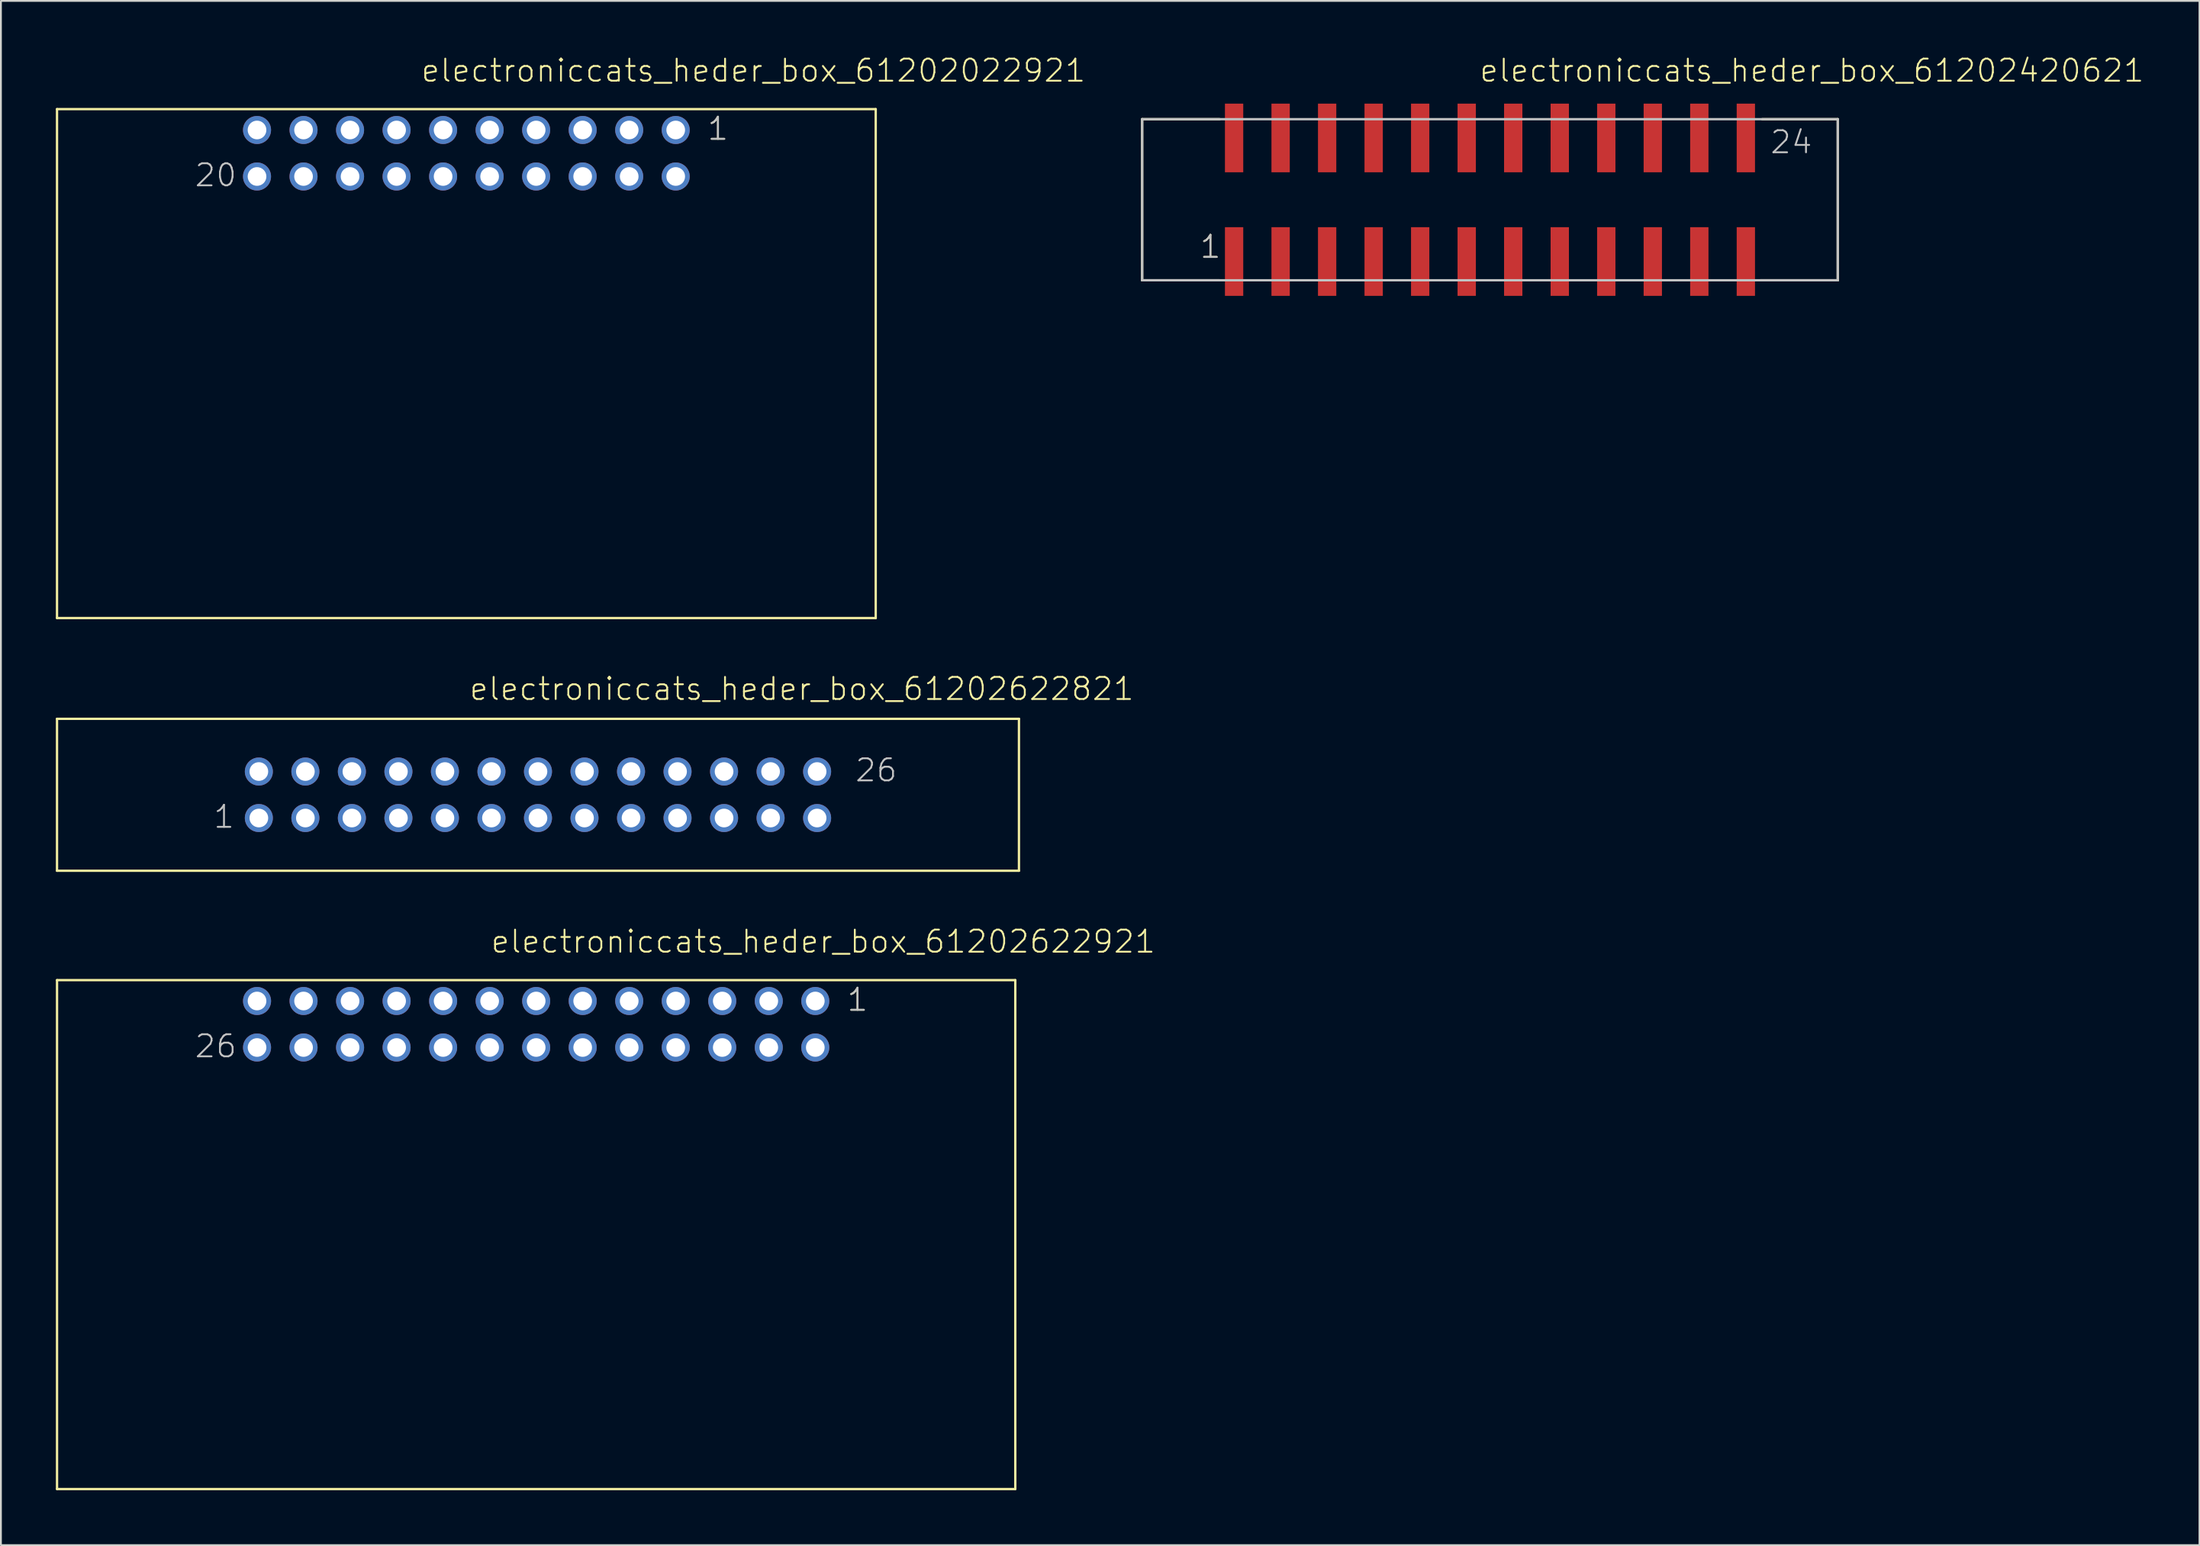
<source format=kicad_pcb>
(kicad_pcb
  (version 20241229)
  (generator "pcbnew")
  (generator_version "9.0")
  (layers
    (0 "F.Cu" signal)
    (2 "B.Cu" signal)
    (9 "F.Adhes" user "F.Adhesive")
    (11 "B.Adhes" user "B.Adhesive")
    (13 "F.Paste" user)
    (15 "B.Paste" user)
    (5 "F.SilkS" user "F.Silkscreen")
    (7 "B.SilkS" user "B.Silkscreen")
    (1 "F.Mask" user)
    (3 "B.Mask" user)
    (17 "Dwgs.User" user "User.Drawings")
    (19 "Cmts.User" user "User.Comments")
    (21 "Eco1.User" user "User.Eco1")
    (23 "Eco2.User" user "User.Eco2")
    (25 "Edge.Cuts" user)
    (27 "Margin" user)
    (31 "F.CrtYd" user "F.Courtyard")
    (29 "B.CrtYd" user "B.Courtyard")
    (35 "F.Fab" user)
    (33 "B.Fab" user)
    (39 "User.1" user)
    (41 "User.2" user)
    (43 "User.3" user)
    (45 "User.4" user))
  (footprint "electroniccats_heder_box_61202022921"
    (layer "F.Cu")
    (at 22.413 5.321)
    (property "Reference" "electroniccats_heder_box_61202022921" (at -2.54 -3.81 0) (layer "F.SilkS") (effects (font (size 1.206 1.206) (thickness 0.102)) (justify left bottom)))
    (attr through_hole)
    (fp_line (start -22.35 -2.41) (end -22.35 25.39) (stroke (width 0.127) (type solid)) (layer "F.SilkS"))
    (fp_line (start -22.35 -2.41) (end 22.35 -2.41) (stroke (width 0.127) (type solid)) (layer "F.SilkS"))
    (fp_line (start -22.35 25.39) (end 22.35 25.39) (stroke (width 0.127) (type solid)) (layer "F.SilkS"))
    (fp_line (start 22.35 -2.41) (end 22.35 25.39) (stroke (width 0.127) (type solid)) (layer "F.SilkS"))
    (fp_text user "1" (at 13.095 -0.635 0) (layer "F.SilkS") (effects (font (size 1.206 1.206) (thickness 0.102)) (justify left bottom)))
    (fp_text user "20" (at -14.9 1.905 0) (layer "Dwgs.User") (effects (font (size 1.206 1.206) (thickness 0.102)) (justify left bottom)))
    (fp_text user "1" (at 13.095 -0.635 0) (layer "Dwgs.User") (effects (font (size 1.206 1.206) (thickness 0.102)) (justify left bottom)))
    (pad "1" thru_hole circle (at 11.43 -1.27) (size 1.53 1.53) (drill 1.02) (layers "*.Cu" "*.Mask"))
    (pad "2" thru_hole circle (at 11.43 1.27) (size 1.53 1.53) (drill 1.02) (layers "*.Cu" "*.Mask"))
    (pad "3" thru_hole circle (at 8.89 -1.27) (size 1.53 1.53) (drill 1.02) (layers "*.Cu" "*.Mask"))
    (pad "4" thru_hole circle (at 8.89 1.27) (size 1.53 1.53) (drill 1.02) (layers "*.Cu" "*.Mask"))
    (pad "5" thru_hole circle (at 6.35 -1.27) (size 1.53 1.53) (drill 1.02) (layers "*.Cu" "*.Mask"))
    (pad "6" thru_hole circle (at 6.35 1.27) (size 1.53 1.53) (drill 1.02) (layers "*.Cu" "*.Mask"))
    (pad "7" thru_hole circle (at 3.81 -1.27) (size 1.53 1.53) (drill 1.02) (layers "*.Cu" "*.Mask"))
    (pad "8" thru_hole circle (at 3.81 1.27) (size 1.53 1.53) (drill 1.02) (layers "*.Cu" "*.Mask"))
    (pad "9" thru_hole circle (at 1.27 -1.27) (size 1.53 1.53) (drill 1.02) (layers "*.Cu" "*.Mask"))
    (pad "10" thru_hole circle (at 1.27 1.27) (size 1.53 1.53) (drill 1.02) (layers "*.Cu" "*.Mask"))
    (pad "11" thru_hole circle (at -1.27 -1.27) (size 1.53 1.53) (drill 1.02) (layers "*.Cu" "*.Mask"))
    (pad "12" thru_hole circle (at -1.27 1.27) (size 1.53 1.53) (drill 1.02) (layers "*.Cu" "*.Mask"))
    (pad "13" thru_hole circle (at -3.81 -1.27) (size 1.53 1.53) (drill 1.02) (layers "*.Cu" "*.Mask"))
    (pad "14" thru_hole circle (at -3.81 1.27) (size 1.53 1.53) (drill 1.02) (layers "*.Cu" "*.Mask"))
    (pad "15" thru_hole circle (at -6.35 -1.27) (size 1.53 1.53) (drill 1.02) (layers "*.Cu" "*.Mask"))
    (pad "16" thru_hole circle (at -6.35 1.27) (size 1.53 1.53) (drill 1.02) (layers "*.Cu" "*.Mask"))
    (pad "17" thru_hole circle (at -8.89 -1.27) (size 1.53 1.53) (drill 1.02) (layers "*.Cu" "*.Mask"))
    (pad "18" thru_hole circle (at -8.89 1.27) (size 1.53 1.53) (drill 1.02) (layers "*.Cu" "*.Mask"))
    (pad "19" thru_hole circle (at -11.43 -1.27) (size 1.53 1.53) (drill 1.02) (layers "*.Cu" "*.Mask"))
    (pad "20" thru_hole circle (at -11.43 1.27) (size 1.53 1.53) (drill 1.02) (layers "*.Cu" "*.Mask")))
  (footprint "electroniccats_heder_box_61202622921"
    (layer "F.Cu")
    (at 26.224 52.901)
    (property "Reference" "electroniccats_heder_box_61202622921" (at -2.54 -3.81 0) (layer "F.SilkS") (effects (font (size 1.206 1.206) (thickness 0.102)) (justify left bottom)))
    (attr through_hole)
    (fp_line (start -26.16 -2.41) (end -26.16 25.39) (stroke (width 0.127) (type solid)) (layer "F.SilkS"))
    (fp_line (start -26.16 -2.41) (end 26.16 -2.41) (stroke (width 0.127) (type solid)) (layer "F.SilkS"))
    (fp_line (start -26.16 25.39) (end 26.16 25.39) (stroke (width 0.127) (type solid)) (layer "F.SilkS"))
    (fp_line (start 26.16 -2.41) (end 26.16 25.39) (stroke (width 0.127) (type solid)) (layer "F.SilkS"))
    (fp_text user "1" (at 16.905 -0.635 0) (layer "F.SilkS") (effects (font (size 1.206 1.206) (thickness 0.102)) (justify left bottom)))
    (fp_text user "26" (at -18.71 1.905 0) (layer "Dwgs.User") (effects (font (size 1.206 1.206) (thickness 0.102)) (justify left bottom)))
    (fp_text user "1" (at 16.905 -0.635 0) (layer "Dwgs.User") (effects (font (size 1.206 1.206) (thickness 0.102)) (justify left bottom)))
    (pad "1" thru_hole circle (at 15.24 -1.27) (size 1.53 1.53) (drill 1.02) (layers "*.Cu" "*.Mask"))
    (pad "2" thru_hole circle (at 15.24 1.27) (size 1.53 1.53) (drill 1.02) (layers "*.Cu" "*.Mask"))
    (pad "3" thru_hole circle (at 12.7 -1.27) (size 1.53 1.53) (drill 1.02) (layers "*.Cu" "*.Mask"))
    (pad "4" thru_hole circle (at 12.7 1.27) (size 1.53 1.53) (drill 1.02) (layers "*.Cu" "*.Mask"))
    (pad "5" thru_hole circle (at 10.16 -1.27) (size 1.53 1.53) (drill 1.02) (layers "*.Cu" "*.Mask"))
    (pad "6" thru_hole circle (at 10.16 1.27) (size 1.53 1.53) (drill 1.02) (layers "*.Cu" "*.Mask"))
    (pad "7" thru_hole circle (at 7.62 -1.27) (size 1.53 1.53) (drill 1.02) (layers "*.Cu" "*.Mask"))
    (pad "8" thru_hole circle (at 7.62 1.27) (size 1.53 1.53) (drill 1.02) (layers "*.Cu" "*.Mask"))
    (pad "9" thru_hole circle (at 5.08 -1.27) (size 1.53 1.53) (drill 1.02) (layers "*.Cu" "*.Mask"))
    (pad "10" thru_hole circle (at 5.08 1.27) (size 1.53 1.53) (drill 1.02) (layers "*.Cu" "*.Mask"))
    (pad "11" thru_hole circle (at 2.54 -1.27) (size 1.53 1.53) (drill 1.02) (layers "*.Cu" "*.Mask"))
    (pad "12" thru_hole circle (at 2.54 1.27) (size 1.53 1.53) (drill 1.02) (layers "*.Cu" "*.Mask"))
    (pad "13" thru_hole circle (at 0 -1.27) (size 1.53 1.53) (drill 1.02) (layers "*.Cu" "*.Mask"))
    (pad "14" thru_hole circle (at 0 1.27) (size 1.53 1.53) (drill 1.02) (layers "*.Cu" "*.Mask"))
    (pad "15" thru_hole circle (at -2.54 -1.27) (size 1.53 1.53) (drill 1.02) (layers "*.Cu" "*.Mask"))
    (pad "16" thru_hole circle (at -2.54 1.27) (size 1.53 1.53) (drill 1.02) (layers "*.Cu" "*.Mask"))
    (pad "17" thru_hole circle (at -5.08 -1.27) (size 1.53 1.53) (drill 1.02) (layers "*.Cu" "*.Mask"))
    (pad "18" thru_hole circle (at -5.08 1.27) (size 1.53 1.53) (drill 1.02) (layers "*.Cu" "*.Mask"))
    (pad "19" thru_hole circle (at -7.62 -1.27) (size 1.53 1.53) (drill 1.02) (layers "*.Cu" "*.Mask"))
    (pad "20" thru_hole circle (at -7.62 1.27) (size 1.53 1.53) (drill 1.02) (layers "*.Cu" "*.Mask"))
    (pad "21" thru_hole circle (at -10.16 -1.27) (size 1.53 1.53) (drill 1.02) (layers "*.Cu" "*.Mask"))
    (pad "22" thru_hole circle (at -10.16 1.27) (size 1.53 1.53) (drill 1.02) (layers "*.Cu" "*.Mask"))
    (pad "23" thru_hole circle (at -12.7 -1.27) (size 1.53 1.53) (drill 1.02) (layers "*.Cu" "*.Mask"))
    (pad "24" thru_hole circle (at -12.7 1.27) (size 1.53 1.53) (drill 1.02) (layers "*.Cu" "*.Mask"))
    (pad "25" thru_hole circle (at -15.24 -1.27) (size 1.53 1.53) (drill 1.02) (layers "*.Cu" "*.Mask"))
    (pad "26" thru_hole circle (at -15.24 1.27) (size 1.53 1.53) (drill 1.02) (layers "*.Cu" "*.Mask")))
  (footprint "electroniccats_heder_box_61202420621"
    (layer "F.Cu")
    (at 78.3 7.861)
    (property "Reference" "electroniccats_heder_box_61202420621" (at -0.635 -6.35 0) (layer "F.SilkS") (effects (font (size 1.206 1.206) (thickness 0.102)) (justify left bottom)))
    (attr through_hole)
    (fp_line (start -18.99 -4.4) (end -18.99 4.4) (stroke (width 0.127) (type solid)) (layer "F.SilkS"))
    (fp_line (start -18.99 4.4) (end -14.76 4.4) (stroke (width 0.127) (type solid)) (layer "F.SilkS"))
    (fp_line (start -14.76 -4.4) (end -18.99 -4.4) (stroke (width 0.127) (type solid)) (layer "F.SilkS"))
    (fp_line (start 14.86 -4.4) (end 18.99 -4.4) (stroke (width 0.127) (type solid)) (layer "F.SilkS"))
    (fp_line (start 18.99 -4.4) (end 18.99 4.4) (stroke (width 0.127) (type solid)) (layer "F.SilkS"))
    (fp_line (start 18.99 4.4) (end 14.76 4.4) (stroke (width 0.127) (type solid)) (layer "F.SilkS"))
    (fp_line (start -18.99 -4.4) (end -18.99 4.4) (stroke (width 0.127) (type solid)) (layer "Dwgs.User"))
    (fp_line (start -18.99 4.4) (end 18.99 4.4) (stroke (width 0.127) (type solid)) (layer "Dwgs.User"))
    (fp_line (start 18.99 -4.4) (end -18.99 -4.4) (stroke (width 0.127) (type solid)) (layer "Dwgs.User"))
    (fp_line (start 18.99 4.4) (end 18.99 -4.4) (stroke (width 0.127) (type solid)) (layer "Dwgs.User"))
    (fp_text user "1" (at -15.905 3.275 0) (layer "F.SilkS") (effects (font (size 1.206 1.206) (thickness 0.102)) (justify left bottom)))
    (fp_text user "1" (at -15.905 3.275 0) (layer "Dwgs.User") (effects (font (size 1.206 1.206) (thickness 0.102)) (justify left bottom)))
    (fp_text user "24" (at 15.235 -2.44 0) (layer "Dwgs.User") (effects (font (size 1.206 1.206) (thickness 0.102)) (justify left bottom)))
    (pad "1" smd rect (at -13.97 3.375 180) (size 1 3.75) (layers "F.Cu" "F.Mask" "F.Paste"))
    (pad "2" smd rect (at -13.97 -3.375 180) (size 1 3.75) (layers "F.Cu" "F.Mask" "F.Paste"))
    (pad "3" smd rect (at -11.43 3.375 180) (size 1 3.75) (layers "F.Cu" "F.Mask" "F.Paste"))
    (pad "4" smd rect (at -11.43 -3.375 180) (size 1 3.75) (layers "F.Cu" "F.Mask" "F.Paste"))
    (pad "5" smd rect (at -8.89 3.375 180) (size 1 3.75) (layers "F.Cu" "F.Mask" "F.Paste"))
    (pad "6" smd rect (at -8.89 -3.375 180) (size 1 3.75) (layers "F.Cu" "F.Mask" "F.Paste"))
    (pad "7" smd rect (at -6.35 3.375 180) (size 1 3.75) (layers "F.Cu" "F.Mask" "F.Paste"))
    (pad "8" smd rect (at -6.35 -3.375 180) (size 1 3.75) (layers "F.Cu" "F.Mask" "F.Paste"))
    (pad "9" smd rect (at -3.81 3.375 180) (size 1 3.75) (layers "F.Cu" "F.Mask" "F.Paste"))
    (pad "10" smd rect (at -3.81 -3.375 180) (size 1 3.75) (layers "F.Cu" "F.Mask" "F.Paste"))
    (pad "11" smd rect (at -1.27 3.375 180) (size 1 3.75) (layers "F.Cu" "F.Mask" "F.Paste"))
    (pad "12" smd rect (at -1.27 -3.375 180) (size 1 3.75) (layers "F.Cu" "F.Mask" "F.Paste"))
    (pad "13" smd rect (at 1.27 3.375 180) (size 1 3.75) (layers "F.Cu" "F.Mask" "F.Paste"))
    (pad "14" smd rect (at 1.27 -3.375 180) (size 1 3.75) (layers "F.Cu" "F.Mask" "F.Paste"))
    (pad "15" smd rect (at 3.81 3.375 180) (size 1 3.75) (layers "F.Cu" "F.Mask" "F.Paste"))
    (pad "16" smd rect (at 3.81 -3.375 180) (size 1 3.75) (layers "F.Cu" "F.Mask" "F.Paste"))
    (pad "17" smd rect (at 6.35 3.375 180) (size 1 3.75) (layers "F.Cu" "F.Mask" "F.Paste"))
    (pad "18" smd rect (at 6.35 -3.375 180) (size 1 3.75) (layers "F.Cu" "F.Mask" "F.Paste"))
    (pad "19" smd rect (at 8.89 3.375 180) (size 1 3.75) (layers "F.Cu" "F.Mask" "F.Paste"))
    (pad "20" smd rect (at 8.89 -3.375 180) (size 1 3.75) (layers "F.Cu" "F.Mask" "F.Paste"))
    (pad "21" smd rect (at 11.43 3.375 180) (size 1 3.75) (layers "F.Cu" "F.Mask" "F.Paste"))
    (pad "22" smd rect (at 11.43 -3.375 180) (size 1 3.75) (layers "F.Cu" "F.Mask" "F.Paste"))
    (pad "23" smd rect (at 13.97 3.375 180) (size 1 3.75) (layers "F.Cu" "F.Mask" "F.Paste"))
    (pad "24" smd rect (at 13.97 -3.375 180) (size 1 3.75) (layers "F.Cu" "F.Mask" "F.Paste")))
  (footprint "electroniccats_heder_box_61202622821"
    (layer "F.Cu")
    (at 26.323 40.366)
    (property "Reference" "electroniccats_heder_box_61202622821" (at -3.81 -5.08 0) (layer "F.SilkS") (effects (font (size 1.206 1.206) (thickness 0.102)) (justify left bottom)))
    (attr through_hole)
    (fp_line (start -26.26 -4.15) (end 26.26 -4.15) (stroke (width 0.127) (type solid)) (layer "F.SilkS"))
    (fp_line (start -26.26 4.15) (end -26.26 -4.15) (stroke (width 0.127) (type solid)) (layer "F.SilkS"))
    (fp_line (start 26.26 -4.15) (end 26.26 4.15) (stroke (width 0.127) (type solid)) (layer "F.SilkS"))
    (fp_line (start 26.26 4.15) (end -26.26 4.15) (stroke (width 0.127) (type solid)) (layer "F.SilkS"))
    (fp_text user "26" (at 17.25 -0.635 0) (layer "Dwgs.User") (effects (font (size 1.206 1.206) (thickness 0.102)) (justify left bottom)))
    (fp_text user "1" (at -17.785 1.905 0) (layer "Dwgs.User") (effects (font (size 1.206 1.206) (thickness 0.102)) (justify left bottom)))
    (pad "1" thru_hole circle (at -15.24 1.27 180) (size 1.53 1.53) (drill 1.02) (layers "*.Cu" "*.Mask"))
    (pad "2" thru_hole circle (at -15.24 -1.27 180) (size 1.53 1.53) (drill 1.02) (layers "*.Cu" "*.Mask"))
    (pad "3" thru_hole circle (at -12.7 1.27 180) (size 1.53 1.53) (drill 1.02) (layers "*.Cu" "*.Mask"))
    (pad "4" thru_hole circle (at -12.7 -1.27 180) (size 1.53 1.53) (drill 1.02) (layers "*.Cu" "*.Mask"))
    (pad "5" thru_hole circle (at -10.16 1.27 180) (size 1.53 1.53) (drill 1.02) (layers "*.Cu" "*.Mask"))
    (pad "6" thru_hole circle (at -10.16 -1.27 180) (size 1.53 1.53) (drill 1.02) (layers "*.Cu" "*.Mask"))
    (pad "7" thru_hole circle (at -7.62 1.27 180) (size 1.53 1.53) (drill 1.02) (layers "*.Cu" "*.Mask"))
    (pad "8" thru_hole circle (at -7.62 -1.27 180) (size 1.53 1.53) (drill 1.02) (layers "*.Cu" "*.Mask"))
    (pad "9" thru_hole circle (at -5.08 1.27 180) (size 1.53 1.53) (drill 1.02) (layers "*.Cu" "*.Mask"))
    (pad "10" thru_hole circle (at -5.08 -1.27 180) (size 1.53 1.53) (drill 1.02) (layers "*.Cu" "*.Mask"))
    (pad "11" thru_hole circle (at -2.54 1.27 180) (size 1.53 1.53) (drill 1.02) (layers "*.Cu" "*.Mask"))
    (pad "12" thru_hole circle (at -2.54 -1.27 180) (size 1.53 1.53) (drill 1.02) (layers "*.Cu" "*.Mask"))
    (pad "13" thru_hole circle (at 0 1.27 180) (size 1.53 1.53) (drill 1.02) (layers "*.Cu" "*.Mask"))
    (pad "14" thru_hole circle (at 0 -1.27 180) (size 1.53 1.53) (drill 1.02) (layers "*.Cu" "*.Mask"))
    (pad "15" thru_hole circle (at 2.54 1.27 180) (size 1.53 1.53) (drill 1.02) (layers "*.Cu" "*.Mask"))
    (pad "16" thru_hole circle (at 2.54 -1.27 180) (size 1.53 1.53) (drill 1.02) (layers "*.Cu" "*.Mask"))
    (pad "17" thru_hole circle (at 5.08 1.27 180) (size 1.53 1.53) (drill 1.02) (layers "*.Cu" "*.Mask"))
    (pad "18" thru_hole circle (at 5.08 -1.27 180) (size 1.53 1.53) (drill 1.02) (layers "*.Cu" "*.Mask"))
    (pad "19" thru_hole circle (at 7.62 1.27 180) (size 1.53 1.53) (drill 1.02) (layers "*.Cu" "*.Mask"))
    (pad "20" thru_hole circle (at 7.62 -1.27 180) (size 1.53 1.53) (drill 1.02) (layers "*.Cu" "*.Mask"))
    (pad "21" thru_hole circle (at 10.16 1.27 180) (size 1.53 1.53) (drill 1.02) (layers "*.Cu" "*.Mask"))
    (pad "22" thru_hole circle (at 10.16 -1.27 180) (size 1.53 1.53) (drill 1.02) (layers "*.Cu" "*.Mask"))
    (pad "23" thru_hole circle (at 12.7 1.27 180) (size 1.53 1.53) (drill 1.02) (layers "*.Cu" "*.Mask"))
    (pad "24" thru_hole circle (at 12.7 -1.27 180) (size 1.53 1.53) (drill 1.02) (layers "*.Cu" "*.Mask"))
    (pad "25" thru_hole circle (at 15.24 1.27 180) (size 1.53 1.53) (drill 1.02) (layers "*.Cu" "*.Mask"))
    (pad "26" thru_hole circle (at 15.24 -1.27 180) (size 1.53 1.53) (drill 1.02) (layers "*.Cu" "*.Mask")))
  (gr_rect
    (start -3 -3)
    (end 117.039 81.354)
    (stroke (width 0.1) (type default))
    (fill no)
    (layer "Edge.Cuts")))
</source>
